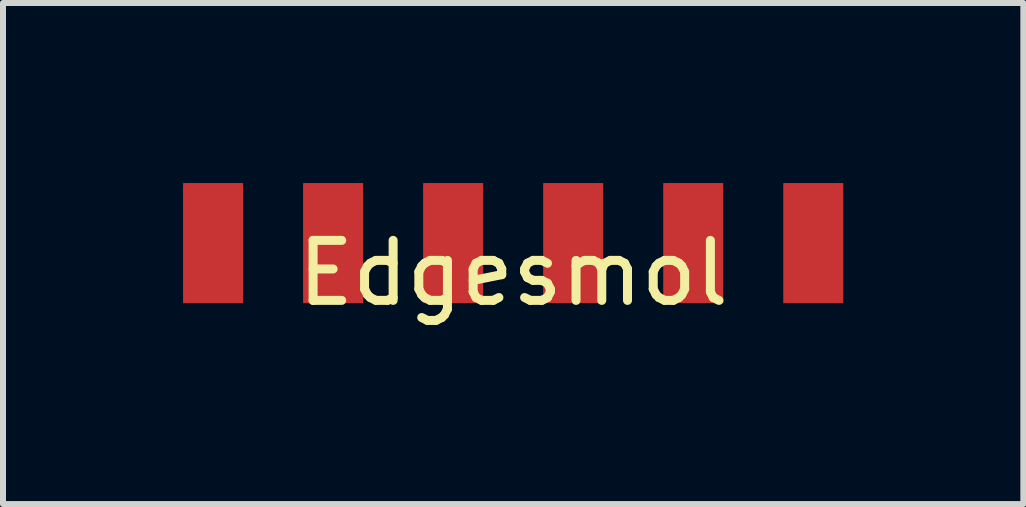
<source format=kicad_pcb>
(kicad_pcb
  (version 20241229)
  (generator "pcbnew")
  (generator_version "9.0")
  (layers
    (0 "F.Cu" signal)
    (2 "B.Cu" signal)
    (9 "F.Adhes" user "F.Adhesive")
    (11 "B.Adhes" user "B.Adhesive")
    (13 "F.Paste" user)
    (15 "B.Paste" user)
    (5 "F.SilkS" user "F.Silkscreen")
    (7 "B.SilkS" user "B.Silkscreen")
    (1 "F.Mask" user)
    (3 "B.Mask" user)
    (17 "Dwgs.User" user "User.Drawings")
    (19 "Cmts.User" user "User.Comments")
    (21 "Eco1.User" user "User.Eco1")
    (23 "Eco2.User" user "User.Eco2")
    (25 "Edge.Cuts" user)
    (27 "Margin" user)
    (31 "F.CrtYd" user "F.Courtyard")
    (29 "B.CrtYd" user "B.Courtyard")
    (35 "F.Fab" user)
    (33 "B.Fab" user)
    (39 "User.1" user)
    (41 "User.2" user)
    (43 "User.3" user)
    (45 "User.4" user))
  (footprint "Edgesmol"
    (layer "F.Cu")
    (at 4.5 1)
    (property "Reference" "Edgesmol" (at 1 0.5 0) (layer "F.SilkS") (effects (font (size 1 1) (thickness 0.15))))
    (attr through_hole)
    (pad "1" connect rect (at 6 0) (size 1 2) (layers "F.Cu" "F.Mask"))
    (pad "2" connect rect (at 4 0) (size 1 2) (layers "F.Cu" "F.Mask"))
    (pad "3" connect rect (at 2 0) (size 1 2) (layers "F.Cu" "F.Mask"))
    (pad "4" connect rect (at 0 0) (size 1 2) (layers "F.Cu" "F.Mask"))
    (pad "5" connect rect (at -2 0) (size 1 2) (layers "F.Cu" "F.Mask"))
    (pad "6" connect rect (at -4 0) (size 1 2) (layers "F.Cu" "F.Mask")))
  (gr_rect
    (start -3 -3)
    (end 14 5.348)
    (stroke (width 0.1) (type default))
    (fill no)
    (layer "Edge.Cuts")))
</source>
